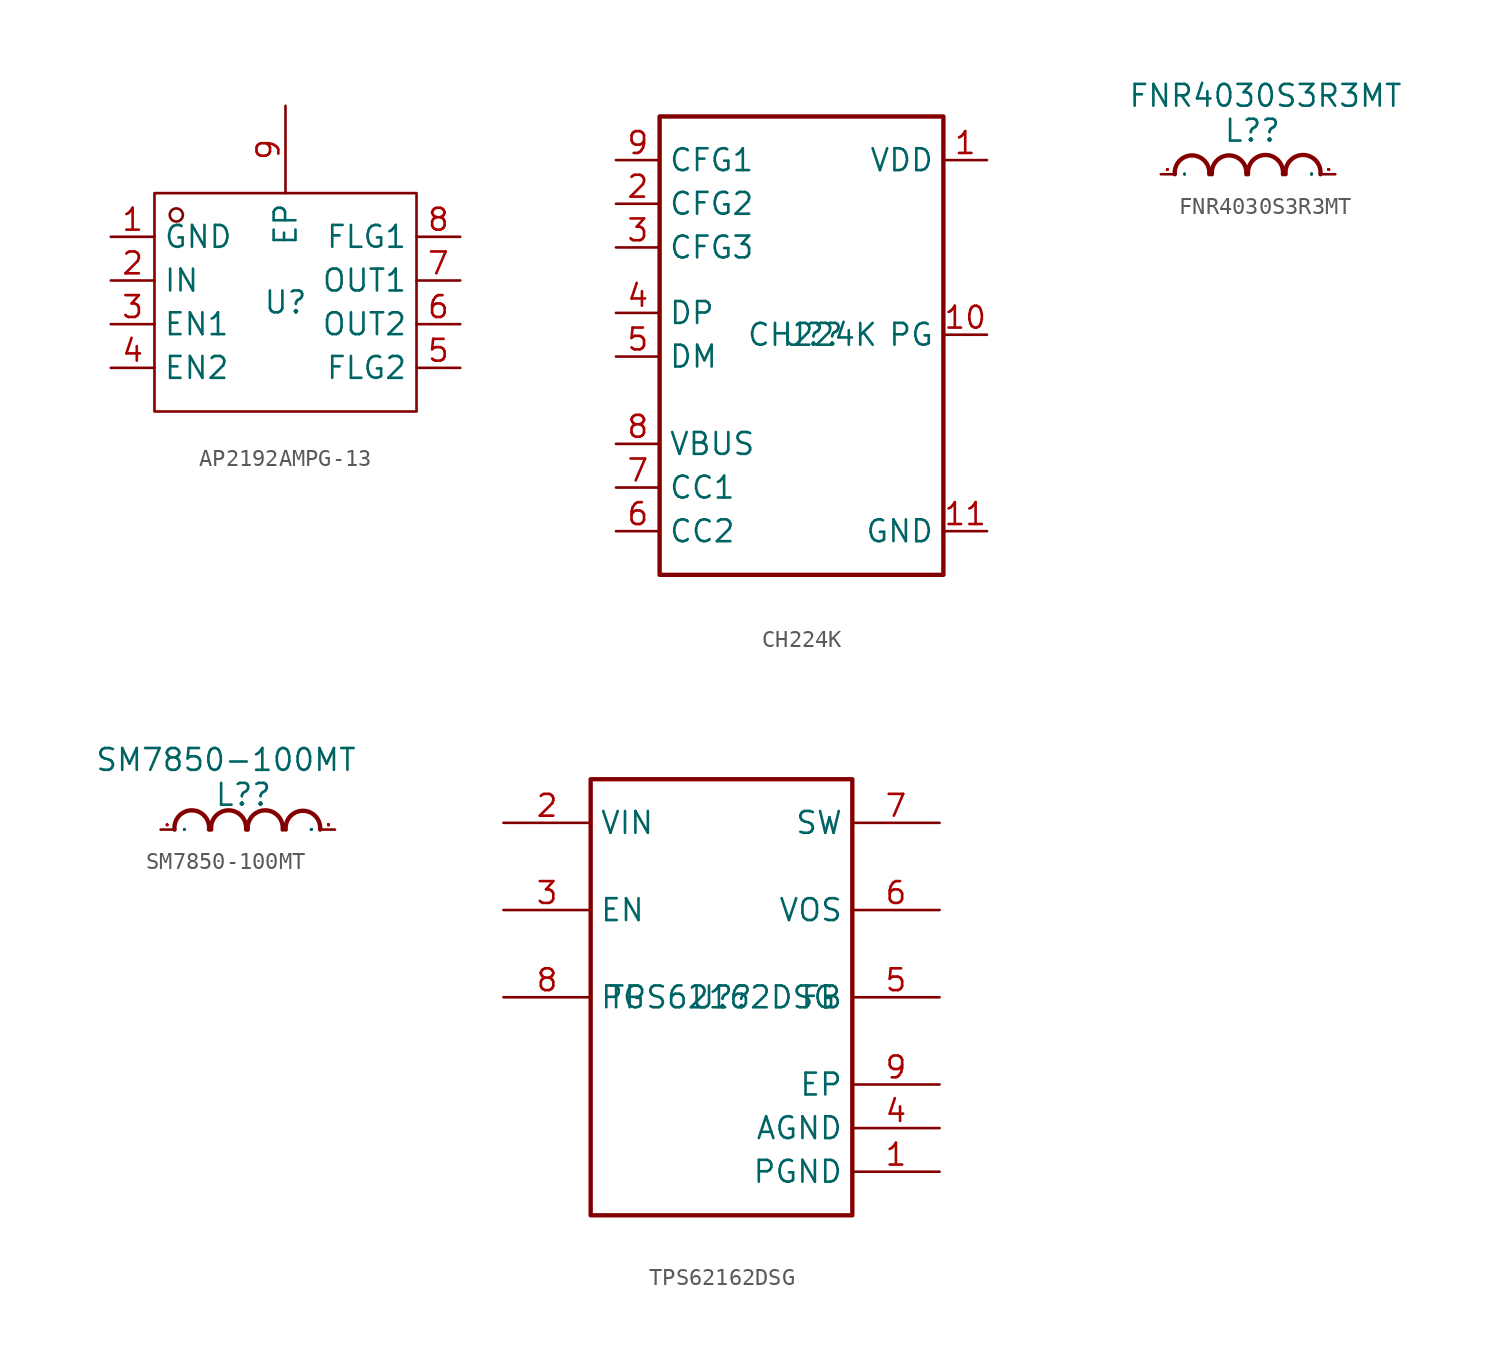
<source format=kicad_sym>
(kicad_symbol_lib
  (version 20241209)
  (generator "kicad_symbol_editor")
  (generator_version "9.0")
  (symbol "AP2192AMPG-13"
    (property "Reference" "U"
      (at 0 0 0)
      (effects (font (size 1.27 1.27))))
    (property "Value" ""
      (at 0 0 0)
      (effects (font (size 1.27 1.27))))
    (symbol "AP2192AMPG-13_1_0"
      (rectangle (start -7.62 -6.35) (end 7.62 6.35) (stroke (width 0) (type default)) (fill (type none)))
      (circle (center -6.35 5.08) (radius 0.381) (stroke (width 0) (type default)) (fill (type none)))
      (pin unspecified line (at -10.16 3.81 0) (length 2.54) (name "GND" (effects (font (size 1.27 1.27)))) (number "1" (effects (font (size 1.27 1.27)))))
      (pin unspecified line (at -10.16 1.27 0) (length 2.54) (name "IN" (effects (font (size 1.27 1.27)))) (number "2" (effects (font (size 1.27 1.27)))))
      (pin unspecified line (at -10.16 -1.27 0) (length 2.54) (name "EN1" (effects (font (size 1.27 1.27)))) (number "3" (effects (font (size 1.27 1.27)))))
      (pin unspecified line (at -10.16 -3.81 0) (length 2.54) (name "EN2" (effects (font (size 1.27 1.27)))) (number "4" (effects (font (size 1.27 1.27)))))
      (pin unspecified line (at 0 11.43 270) (length 5.08) (name "EP" (effects (font (size 1.27 1.27)))) (number "9" (effects (font (size 1.27 1.27)))))
      (pin unspecified line (at 10.16 3.81 180) (length 2.54) (name "FLG1" (effects (font (size 1.27 1.27)))) (number "8" (effects (font (size 1.27 1.27)))))
      (pin unspecified line (at 10.16 1.27 180) (length 2.54) (name "OUT1" (effects (font (size 1.27 1.27)))) (number "7" (effects (font (size 1.27 1.27)))))
      (pin unspecified line (at 10.16 -1.27 180) (length 2.54) (name "OUT2" (effects (font (size 1.27 1.27)))) (number "6" (effects (font (size 1.27 1.27)))))
      (pin unspecified line (at 10.16 -3.81 180) (length 2.54) (name "FLG2" (effects (font (size 1.27 1.27)))) (number "5" (effects (font (size 1.27 1.27)))))))
  (symbol "CH224K"
    (property "Reference" "U?"
      (at 0 0 0)
      (effects (font (size 1.27 1.27))))
    (property "Value" "CH224K"
      (at 0 0 0)
      (effects (font (size 1.27 1.27))))
    (symbol "CH224K_0_0"
      (rectangle (start -8.89 12.7) (end 7.62 -13.97) (stroke (width 0.254) (type solid)) (fill (type none)))
      (pin unspecified line (at -11.43 10.16 0) (length 2.54) (name "CFG1" (effects (font (size 1.27 1.27)))) (number "9" (effects (font (size 1.27 1.27)))))
      (pin unspecified line (at -11.43 7.62 0) (length 2.54) (name "CFG2" (effects (font (size 1.27 1.27)))) (number "2" (effects (font (size 1.27 1.27)))))
      (pin unspecified line (at -11.43 5.08 0) (length 2.54) (name "CFG3" (effects (font (size 1.27 1.27)))) (number "3" (effects (font (size 1.27 1.27)))))
      (pin unspecified line (at -11.43 1.27 0) (length 2.54) (name "DP" (effects (font (size 1.27 1.27)))) (number "4" (effects (font (size 1.27 1.27)))))
      (pin unspecified line (at -11.43 -1.27 0) (length 2.54) (name "DM" (effects (font (size 1.27 1.27)))) (number "5" (effects (font (size 1.27 1.27)))))
      (pin unspecified line (at -11.43 -6.35 0) (length 2.54) (name "VBUS" (effects (font (size 1.27 1.27)))) (number "8" (effects (font (size 1.27 1.27)))))
      (pin unspecified line (at -11.43 -8.89 0) (length 2.54) (name "CC1" (effects (font (size 1.27 1.27)))) (number "7" (effects (font (size 1.27 1.27)))))
      (pin unspecified line (at -11.43 -11.43 0) (length 2.54) (name "CC2" (effects (font (size 1.27 1.27)))) (number "6" (effects (font (size 1.27 1.27)))))
      (pin unspecified line (at 10.16 10.16 180) (length 2.54) (name "VDD" (effects (font (size 1.27 1.27)))) (number "1" (effects (font (size 1.27 1.27)))))
      (pin unspecified line (at 10.16 0 180) (length 2.54) (name "PG" (effects (font (size 1.27 1.27)))) (number "10" (effects (font (size 1.27 1.27)))))
      (pin unspecified line (at 10.16 -11.43 180) (length 2.54) (name "GND" (effects (font (size 1.27 1.27)))) (number "11" (effects (font (size 1.27 1.27)))))))
  (symbol "FNR4030S3R3MT"
    (property "Reference" "L?"
      (at 0.254 2.54 0)
      (effects (font (size 1.27 1.27))))
    (property "Value" "FNR4030S3R3MT"
      (at 1.016 4.572 0)
      (effects (font (size 1.27 1.27))))
    (symbol "FNR4030S3R3MT_0_0"
      (arc (start -4.2672 0) (mid -3.2779 1.0974) (end -2.2606 0) (stroke (width 0.254) (type solid)) (fill (type none)))
      (arc (start -2.1082 0) (mid -1.1189 1.0974) (end -0.1016 0) (stroke (width 0.254) (type solid)) (fill (type none)))
      (arc (start 0 0) (mid 1.016 1.1227) (end 2.032 0) (stroke (width 0.254) (type solid)) (fill (type none)))
      (arc (start 2.1844 0) (mid 3.2004 1.1227) (end 4.2164 0) (stroke (width 0.254) (type solid)) (fill (type none)))
      (pin unspecified line (at -5.08 0 0) (length 0.762) (name "1" (effects (font (size 0.025 0.025)))) (number "1" (effects (font (size 0.025 0.025)))))
      (pin unspecified line (at 5.08 0 180) (length 0.762) (name "2" (effects (font (size 0.025 0.025)))) (number "2" (effects (font (size 0.025 0.025)))))))
  (symbol "SM7850-100MT"
    (property "Reference" "L?"
      (at -0.254 2.032 0)
      (effects (font (size 1.27 1.27))))
    (property "Value" "SM7850-100MT"
      (at -1.27 4.064 0)
      (effects (font (size 1.27 1.27))))
    (symbol "SM7850-100MT_0_0"
      (arc (start -4.2672 0) (mid -3.2499 1.1227) (end -2.2606 0) (stroke (width 0.254) (type solid)) (fill (type none)))
      (arc (start -2.1336 0) (mid -1.1176 1.1227) (end -0.1016 0) (stroke (width 0.254) (type solid)) (fill (type none)))
      (arc (start 0 0) (mid 1.016 1.1227) (end 2.032 0) (stroke (width 0.254) (type solid)) (fill (type none)))
      (arc (start 2.2098 0) (mid 3.1991 1.0974) (end 4.2164 0) (stroke (width 0.254) (type solid)) (fill (type none)))
      (pin unspecified line (at -5.08 0 0) (length 0.762) (name "1" (effects (font (size 0.025 0.025)))) (number "1" (effects (font (size 0.025 0.025)))))
      (pin unspecified line (at 5.08 0 180) (length 0.762) (name "2" (effects (font (size 0.025 0.025)))) (number "2" (effects (font (size 0.025 0.025)))))))
  (symbol "TPS62162DSG"
    (property "Reference" "U?"
      (at 0 0 0)
      (effects (font (size 1.27 1.27))))
    (property "Value" "TPS62162DSG"
      (at 0 0 0)
      (effects (font (size 1.27 1.27))))
    (symbol "TPS62162DSG_0_0"
      (rectangle (start -7.62 12.7) (end 7.62 -12.7) (stroke (width 0.254) (type solid)) (fill (type none)))
      (pin passive line (at -12.7 10.16 0) (length 5.08) (name "VIN" (effects (font (size 1.27 1.27)))) (number "2" (effects (font (size 1.27 1.27)))))
      (pin unspecified line (at -12.7 5.08 0) (length 5.08) (name "EN" (effects (font (size 1.27 1.27)))) (number "3" (effects (font (size 1.27 1.27)))))
      (pin unspecified line (at -12.7 0 0) (length 5.08) (name "PG" (effects (font (size 1.27 1.27)))) (number "8" (effects (font (size 1.27 1.27)))))
      (pin passive line (at 12.7 10.16 180) (length 5.08) (name "SW" (effects (font (size 1.27 1.27)))) (number "7" (effects (font (size 1.27 1.27)))))
      (pin unspecified line (at 12.7 5.08 180) (length 5.08) (name "VOS" (effects (font (size 1.27 1.27)))) (number "6" (effects (font (size 1.27 1.27)))))
      (pin unspecified line (at 12.7 0 180) (length 5.08) (name "FB" (effects (font (size 1.27 1.27)))) (number "5" (effects (font (size 1.27 1.27)))))
      (pin passive line (at 12.7 -5.08 180) (length 5.08) (name "EP" (effects (font (size 1.27 1.27)))) (number "9" (effects (font (size 1.27 1.27)))))
      (pin passive line (at 12.7 -7.62 180) (length 5.08) (name "AGND" (effects (font (size 1.27 1.27)))) (number "4" (effects (font (size 1.27 1.27)))))
      (pin passive line (at 12.7 -10.16 180) (length 5.08) (name "PGND" (effects (font (size 1.27 1.27)))) (number "1" (effects (font (size 1.27 1.27))))))))
</source>
